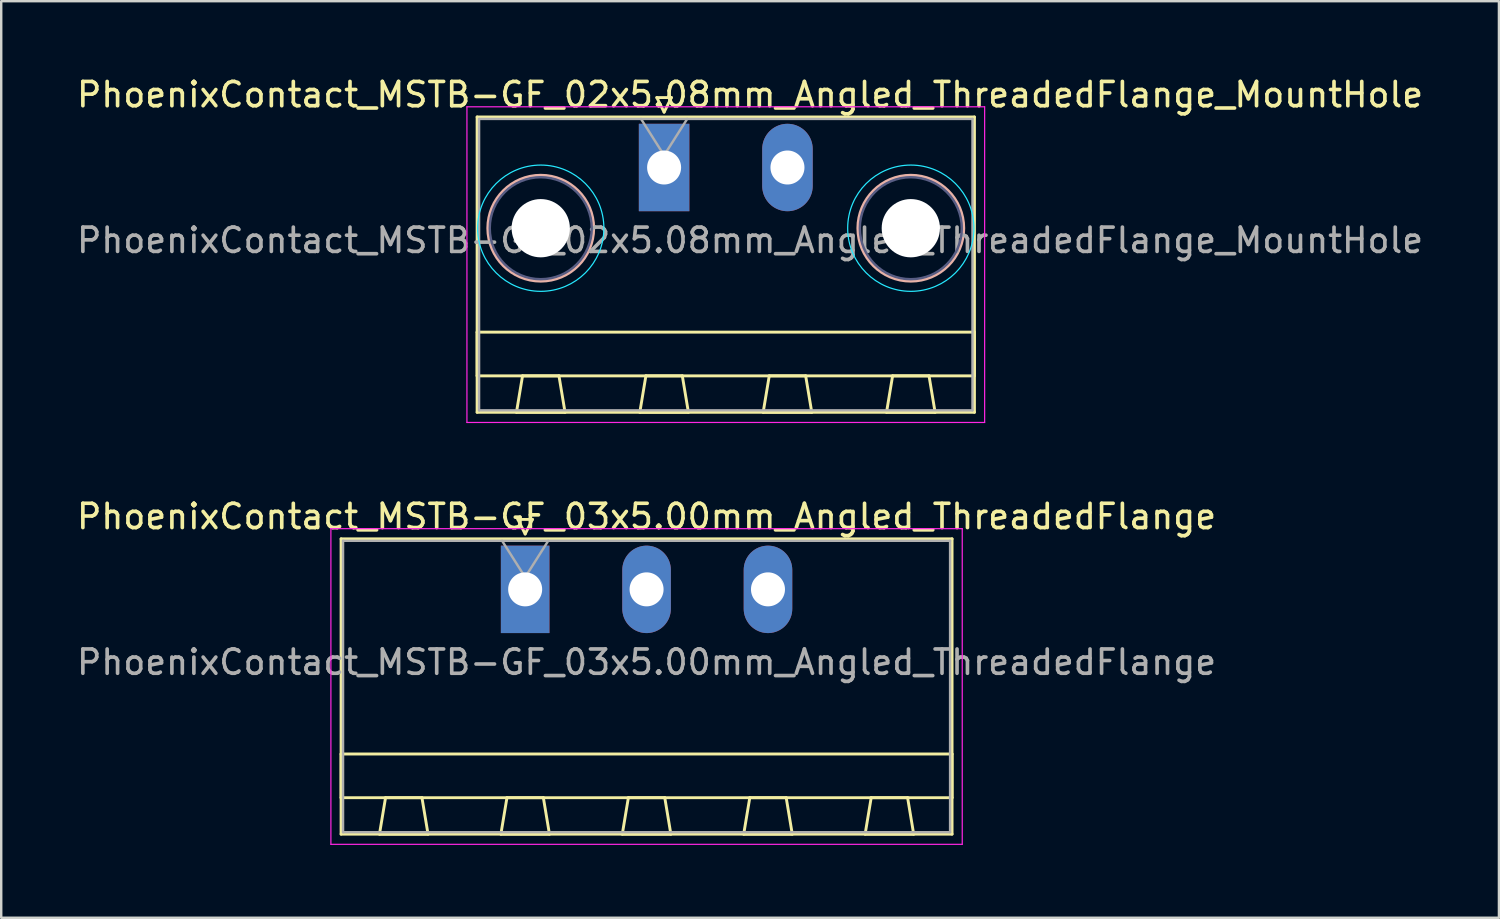
<source format=kicad_pcb>
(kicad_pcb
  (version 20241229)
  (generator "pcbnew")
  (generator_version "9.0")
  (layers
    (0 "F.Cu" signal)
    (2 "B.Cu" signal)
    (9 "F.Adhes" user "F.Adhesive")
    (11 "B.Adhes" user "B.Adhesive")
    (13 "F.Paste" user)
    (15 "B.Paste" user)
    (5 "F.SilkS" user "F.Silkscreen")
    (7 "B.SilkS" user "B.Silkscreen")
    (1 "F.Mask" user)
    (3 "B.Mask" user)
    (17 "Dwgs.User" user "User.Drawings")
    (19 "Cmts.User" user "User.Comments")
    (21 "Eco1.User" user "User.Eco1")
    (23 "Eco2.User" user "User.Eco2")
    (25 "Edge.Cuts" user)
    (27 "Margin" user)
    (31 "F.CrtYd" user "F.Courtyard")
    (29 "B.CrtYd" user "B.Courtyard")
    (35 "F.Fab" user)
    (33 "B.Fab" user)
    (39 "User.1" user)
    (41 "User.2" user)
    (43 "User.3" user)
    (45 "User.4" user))
  (footprint "PhoenixContact_MSTB-GF_03x5.00mm_Angled_ThreadedFlange"
    (layer "F.Cu")
    (at 18.577 21.221)
    (property "Reference" "PhoenixContact_MSTB-GF_03x5.00mm_Angled_ThreadedFlange" (at 5 -3 0) (layer "F.SilkS") (effects (font (size 1 1) (thickness 0.15))))
    (attr through_hole)
    (fp_line (start -7.58 -2.08) (end -7.58 10.08) (stroke (width 0.12) (type solid)) (layer "F.SilkS"))
    (fp_line (start -7.58 6.78) (end 17.58 6.78) (stroke (width 0.12) (type solid)) (layer "F.SilkS"))
    (fp_line (start -7.58 8.58) (end -7.58 6.78) (stroke (width 0.12) (type solid)) (layer "F.SilkS"))
    (fp_line (start -7.58 10.08) (end 17.58 10.08) (stroke (width 0.12) (type solid)) (layer "F.SilkS"))
    (fp_line (start -6 10.08) (end -4 10.08) (stroke (width 0.12) (type solid)) (layer "F.SilkS"))
    (fp_line (start -5.75 8.58) (end -6 10.08) (stroke (width 0.12) (type solid)) (layer "F.SilkS"))
    (fp_line (start -4.25 8.58) (end -5.75 8.58) (stroke (width 0.12) (type solid)) (layer "F.SilkS"))
    (fp_line (start -4 10.08) (end -4.25 8.58) (stroke (width 0.12) (type solid)) (layer "F.SilkS"))
    (fp_line (start -1 10.08) (end 1 10.08) (stroke (width 0.12) (type solid)) (layer "F.SilkS"))
    (fp_line (start -0.75 8.58) (end -1 10.08) (stroke (width 0.12) (type solid)) (layer "F.SilkS"))
    (fp_line (start -0.3 -2.88) (end 0.3 -2.88) (stroke (width 0.12) (type solid)) (layer "F.SilkS"))
    (fp_line (start 0 -2.28) (end -0.3 -2.88) (stroke (width 0.12) (type solid)) (layer "F.SilkS"))
    (fp_line (start 0.3 -2.88) (end 0 -2.28) (stroke (width 0.12) (type solid)) (layer "F.SilkS"))
    (fp_line (start 0.75 8.58) (end -0.75 8.58) (stroke (width 0.12) (type solid)) (layer "F.SilkS"))
    (fp_line (start 1 10.08) (end 0.75 8.58) (stroke (width 0.12) (type solid)) (layer "F.SilkS"))
    (fp_line (start 4 10.08) (end 6 10.08) (stroke (width 0.12) (type solid)) (layer "F.SilkS"))
    (fp_line (start 4.25 8.58) (end 4 10.08) (stroke (width 0.12) (type solid)) (layer "F.SilkS"))
    (fp_line (start 5.75 8.58) (end 4.25 8.58) (stroke (width 0.12) (type solid)) (layer "F.SilkS"))
    (fp_line (start 6 10.08) (end 5.75 8.58) (stroke (width 0.12) (type solid)) (layer "F.SilkS"))
    (fp_line (start 9 10.08) (end 11 10.08) (stroke (width 0.12) (type solid)) (layer "F.SilkS"))
    (fp_line (start 9.25 8.58) (end 9 10.08) (stroke (width 0.12) (type solid)) (layer "F.SilkS"))
    (fp_line (start 10.75 8.58) (end 9.25 8.58) (stroke (width 0.12) (type solid)) (layer "F.SilkS"))
    (fp_line (start 11 10.08) (end 10.75 8.58) (stroke (width 0.12) (type solid)) (layer "F.SilkS"))
    (fp_line (start 14 10.08) (end 16 10.08) (stroke (width 0.12) (type solid)) (layer "F.SilkS"))
    (fp_line (start 14.25 8.58) (end 14 10.08) (stroke (width 0.12) (type solid)) (layer "F.SilkS"))
    (fp_line (start 15.75 8.58) (end 14.25 8.58) (stroke (width 0.12) (type solid)) (layer "F.SilkS"))
    (fp_line (start 16 10.08) (end 15.75 8.58) (stroke (width 0.12) (type solid)) (layer "F.SilkS"))
    (fp_line (start 17.58 -2.08) (end -7.58 -2.08) (stroke (width 0.12) (type solid)) (layer "F.SilkS"))
    (fp_line (start 17.58 6.78) (end 17.58 8.58) (stroke (width 0.12) (type solid)) (layer "F.SilkS"))
    (fp_line (start 17.58 8.58) (end -7.58 8.58) (stroke (width 0.12) (type solid)) (layer "F.SilkS"))
    (fp_line (start 17.58 10.08) (end 17.58 -2.08) (stroke (width 0.12) (type solid)) (layer "F.SilkS"))
    (fp_line (start -8 -2.5) (end -8 10.5) (stroke (width 0.05) (type solid)) (layer "F.CrtYd"))
    (fp_line (start -8 10.5) (end 18 10.5) (stroke (width 0.05) (type solid)) (layer "F.CrtYd"))
    (fp_line (start 18 -2.5) (end -8 -2.5) (stroke (width 0.05) (type solid)) (layer "F.CrtYd"))
    (fp_line (start 18 10.5) (end 18 -2.5) (stroke (width 0.05) (type solid)) (layer "F.CrtYd"))
    (fp_line (start -7.5 -2) (end -7.5 10) (stroke (width 0.1) (type solid)) (layer "F.Fab"))
    (fp_line (start -7.5 10) (end 17.5 10) (stroke (width 0.1) (type solid)) (layer "F.Fab"))
    (fp_line (start 0 -0.5) (end -0.95 -2) (stroke (width 0.1) (type solid)) (layer "F.Fab"))
    (fp_line (start 0.95 -2) (end 0 -0.5) (stroke (width 0.1) (type solid)) (layer "F.Fab"))
    (fp_line (start 17.5 -2) (end -7.5 -2) (stroke (width 0.1) (type solid)) (layer "F.Fab"))
    (fp_line (start 17.5 10) (end 17.5 -2) (stroke (width 0.1) (type solid)) (layer "F.Fab"))
    (fp_text user "${REFERENCE}" (at 5 3 0) (layer "F.Fab") (effects (font (size 1 1) (thickness 0.15))))
    (pad "1" thru_hole rect (at 0 0) (size 2 3.6) (drill 1.4) (layers "*.Cu" "*.Mask"))
    (pad "2" thru_hole oval (at 5 0) (size 2 3.6) (drill 1.4) (layers "*.Cu" "*.Mask"))
    (pad "3" thru_hole oval (at 10 0) (size 2 3.6) (drill 1.4) (layers "*.Cu" "*.Mask")))
  (footprint "PhoenixContact_MSTB-GF_02x5.08mm_Angled_ThreadedFlange_MountHole"
    (layer "F.Cu")
    (at 24.299 3.848)
    (property "Reference" "PhoenixContact_MSTB-GF_02x5.08mm_Angled_ThreadedFlange_MountHole" (at 3.54 -3 0) (layer "F.SilkS") (effects (font (size 1 1) (thickness 0.15))))
    (attr through_hole)
    (fp_line (start -7.7 -2.08) (end -7.7 10.08) (stroke (width 0.12) (type solid)) (layer "F.SilkS"))
    (fp_line (start -7.7 6.78) (end 12.78 6.78) (stroke (width 0.12) (type solid)) (layer "F.SilkS"))
    (fp_line (start -7.7 8.58) (end -7.7 6.78) (stroke (width 0.12) (type solid)) (layer "F.SilkS"))
    (fp_line (start -7.7 10.08) (end 12.78 10.08) (stroke (width 0.12) (type solid)) (layer "F.SilkS"))
    (fp_line (start -6.08 10.08) (end -4.08 10.08) (stroke (width 0.12) (type solid)) (layer "F.SilkS"))
    (fp_line (start -5.83 8.58) (end -6.08 10.08) (stroke (width 0.12) (type solid)) (layer "F.SilkS"))
    (fp_line (start -4.33 8.58) (end -5.83 8.58) (stroke (width 0.12) (type solid)) (layer "F.SilkS"))
    (fp_line (start -4.08 10.08) (end -4.33 8.58) (stroke (width 0.12) (type solid)) (layer "F.SilkS"))
    (fp_line (start -1 10.08) (end 1 10.08) (stroke (width 0.12) (type solid)) (layer "F.SilkS"))
    (fp_line (start -0.75 8.58) (end -1 10.08) (stroke (width 0.12) (type solid)) (layer "F.SilkS"))
    (fp_line (start -0.3 -2.88) (end 0.3 -2.88) (stroke (width 0.12) (type solid)) (layer "F.SilkS"))
    (fp_line (start 0 -2.28) (end -0.3 -2.88) (stroke (width 0.12) (type solid)) (layer "F.SilkS"))
    (fp_line (start 0.3 -2.88) (end 0 -2.28) (stroke (width 0.12) (type solid)) (layer "F.SilkS"))
    (fp_line (start 0.75 8.58) (end -0.75 8.58) (stroke (width 0.12) (type solid)) (layer "F.SilkS"))
    (fp_line (start 1 10.08) (end 0.75 8.58) (stroke (width 0.12) (type solid)) (layer "F.SilkS"))
    (fp_line (start 4.08 10.08) (end 6.08 10.08) (stroke (width 0.12) (type solid)) (layer "F.SilkS"))
    (fp_line (start 4.33 8.58) (end 4.08 10.08) (stroke (width 0.12) (type solid)) (layer "F.SilkS"))
    (fp_line (start 5.83 8.58) (end 4.33 8.58) (stroke (width 0.12) (type solid)) (layer "F.SilkS"))
    (fp_line (start 6.08 10.08) (end 5.83 8.58) (stroke (width 0.12) (type solid)) (layer "F.SilkS"))
    (fp_line (start 9.16 10.08) (end 11.16 10.08) (stroke (width 0.12) (type solid)) (layer "F.SilkS"))
    (fp_line (start 9.41 8.58) (end 9.16 10.08) (stroke (width 0.12) (type solid)) (layer "F.SilkS"))
    (fp_line (start 10.91 8.58) (end 9.41 8.58) (stroke (width 0.12) (type solid)) (layer "F.SilkS"))
    (fp_line (start 11.16 10.08) (end 10.91 8.58) (stroke (width 0.12) (type solid)) (layer "F.SilkS"))
    (fp_line (start 12.78 -2.08) (end -7.7 -2.08) (stroke (width 0.12) (type solid)) (layer "F.SilkS"))
    (fp_line (start 12.78 6.78) (end 12.78 8.58) (stroke (width 0.12) (type solid)) (layer "F.SilkS"))
    (fp_line (start 12.78 8.58) (end -7.7 8.58) (stroke (width 0.12) (type solid)) (layer "F.SilkS"))
    (fp_line (start 12.78 10.08) (end 12.78 -2.08) (stroke (width 0.12) (type solid)) (layer "F.SilkS"))
    (fp_circle (center -5.08 2.5) (end -2.9 2.5) (stroke (width 0.12) (type solid)) (fill no) (layer "B.SilkS"))
    (fp_circle (center 10.16 2.5) (end 12.34 2.5) (stroke (width 0.12) (type solid)) (fill no) (layer "B.SilkS"))
    (fp_circle (center -5.08 2.5) (end -2.48 2.5) (stroke (width 0.05) (type solid)) (fill no) (layer "B.CrtYd"))
    (fp_circle (center 10.16 2.5) (end 12.76 2.5) (stroke (width 0.05) (type solid)) (fill no) (layer "B.CrtYd"))
    (fp_line (start -8.12 -2.5) (end -8.12 10.5) (stroke (width 0.05) (type solid)) (layer "F.CrtYd"))
    (fp_line (start -8.12 10.5) (end 13.2 10.5) (stroke (width 0.05) (type solid)) (layer "F.CrtYd"))
    (fp_line (start 13.2 -2.5) (end -8.12 -2.5) (stroke (width 0.05) (type solid)) (layer "F.CrtYd"))
    (fp_line (start 13.2 10.5) (end 13.2 -2.5) (stroke (width 0.05) (type solid)) (layer "F.CrtYd"))
    (fp_circle (center -5.08 2.5) (end -2.98 2.5) (stroke (width 0.1) (type solid)) (fill no) (layer "B.Fab"))
    (fp_circle (center 10.16 2.5) (end 12.26 2.5) (stroke (width 0.1) (type solid)) (fill no) (layer "B.Fab"))
    (fp_line (start -7.62 -2) (end -7.62 10) (stroke (width 0.1) (type solid)) (layer "F.Fab"))
    (fp_line (start -7.62 10) (end 12.7 10) (stroke (width 0.1) (type solid)) (layer "F.Fab"))
    (fp_line (start 0 -0.5) (end -0.95 -2) (stroke (width 0.1) (type solid)) (layer "F.Fab"))
    (fp_line (start 0.95 -2) (end 0 -0.5) (stroke (width 0.1) (type solid)) (layer "F.Fab"))
    (fp_line (start 12.7 -2) (end -7.62 -2) (stroke (width 0.1) (type solid)) (layer "F.Fab"))
    (fp_line (start 12.7 10) (end 12.7 -2) (stroke (width 0.1) (type solid)) (layer "F.Fab"))
    (fp_text user "${REFERENCE}" (at 3.54 3 0) (layer "F.Fab") (effects (font (size 1 1) (thickness 0.15))))
    (pad "" np_thru_hole circle (at -5.08 2.5) (size 2.4 2.4) (drill 2.4) (layers "*.Cu" "*.Mask"))
    (pad "" np_thru_hole circle (at 10.16 2.5) (size 2.4 2.4) (drill 2.4) (layers "*.Cu" "*.Mask"))
    (pad "1" thru_hole rect (at 0 0) (size 2.08 3.6) (drill 1.4) (layers "*.Cu" "*.Mask"))
    (pad "2" thru_hole oval (at 5.08 0) (size 2.08 3.6) (drill 1.4) (layers "*.Cu" "*.Mask")))
  (gr_rect
    (start -3 -3)
    (end 58.679 34.746)
    (stroke (width 0.1) (type default))
    (fill no)
    (layer "Edge.Cuts")))
</source>
